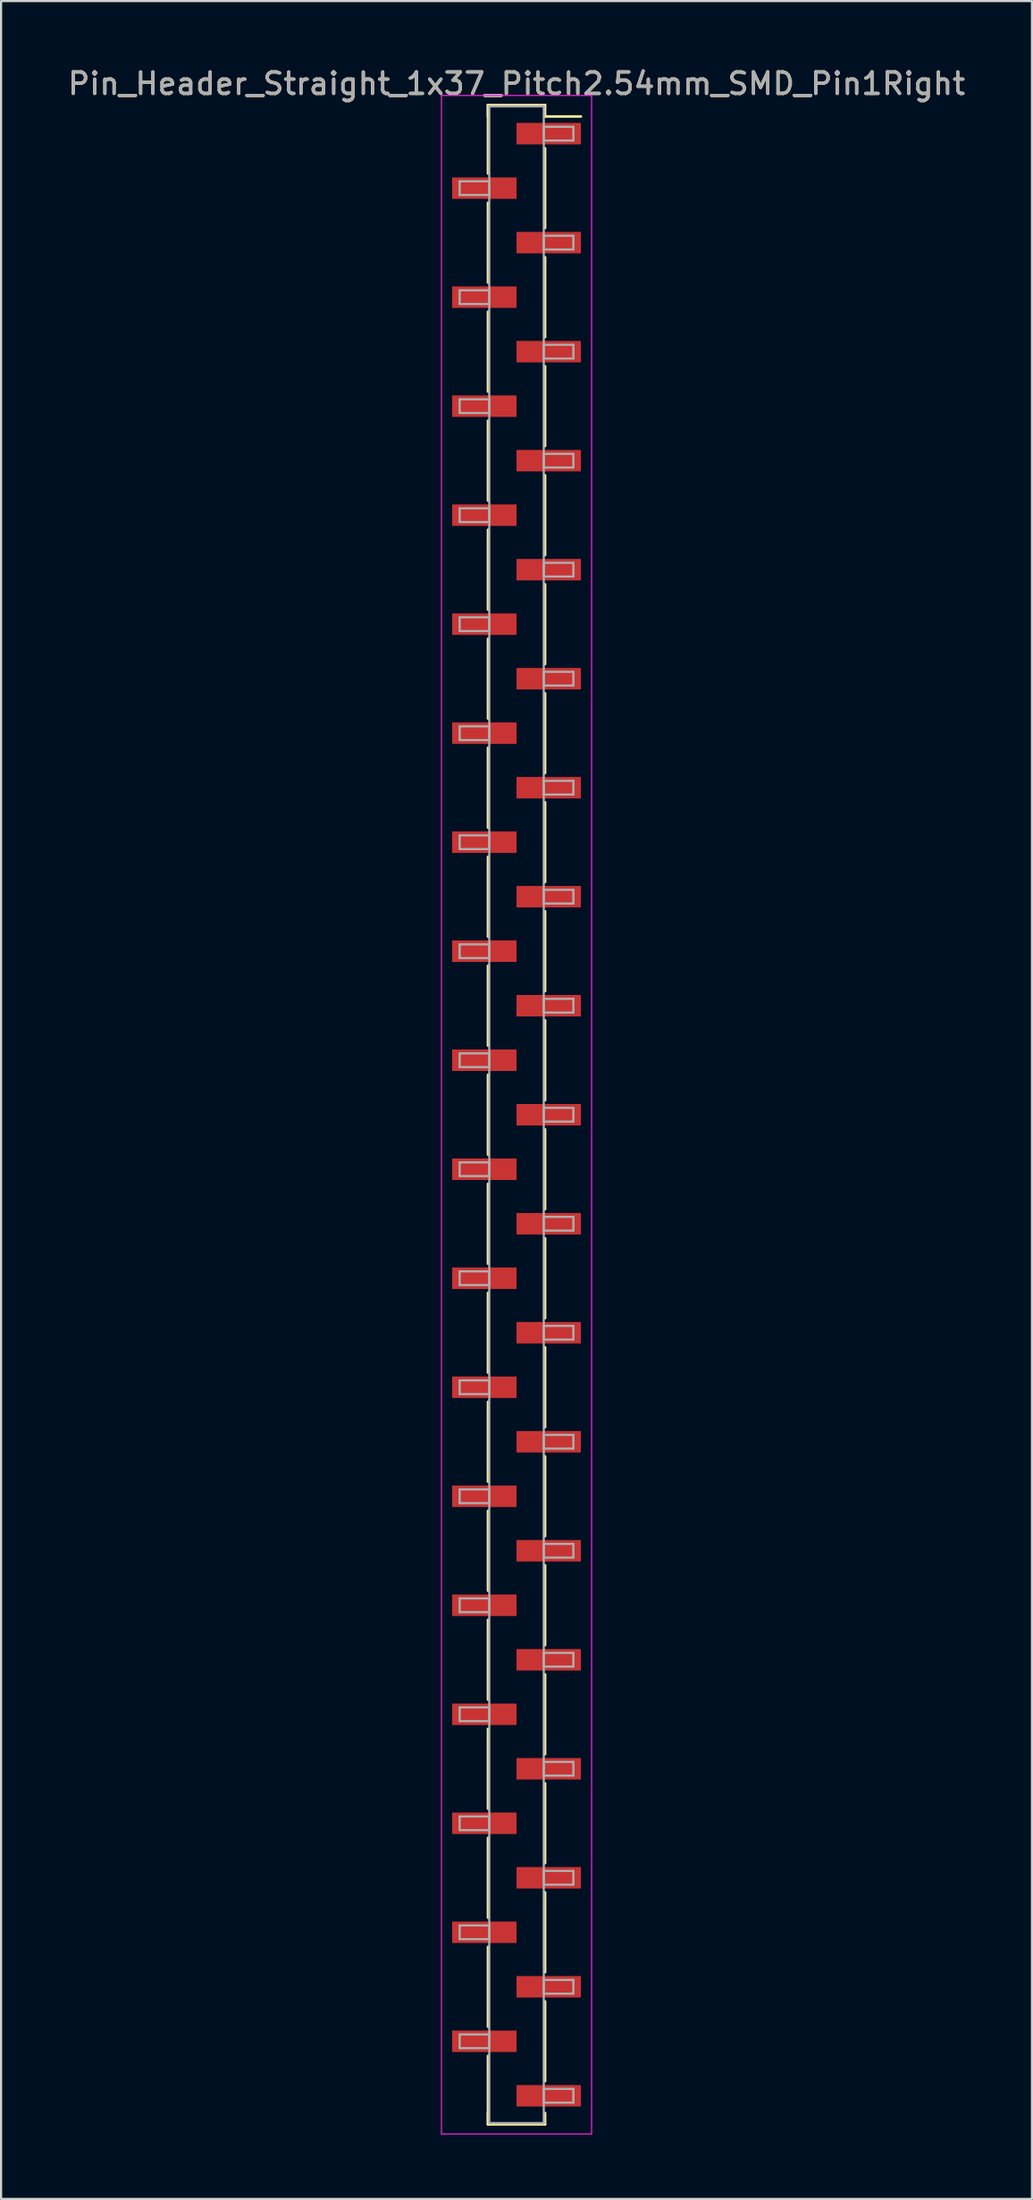
<source format=kicad_pcb>
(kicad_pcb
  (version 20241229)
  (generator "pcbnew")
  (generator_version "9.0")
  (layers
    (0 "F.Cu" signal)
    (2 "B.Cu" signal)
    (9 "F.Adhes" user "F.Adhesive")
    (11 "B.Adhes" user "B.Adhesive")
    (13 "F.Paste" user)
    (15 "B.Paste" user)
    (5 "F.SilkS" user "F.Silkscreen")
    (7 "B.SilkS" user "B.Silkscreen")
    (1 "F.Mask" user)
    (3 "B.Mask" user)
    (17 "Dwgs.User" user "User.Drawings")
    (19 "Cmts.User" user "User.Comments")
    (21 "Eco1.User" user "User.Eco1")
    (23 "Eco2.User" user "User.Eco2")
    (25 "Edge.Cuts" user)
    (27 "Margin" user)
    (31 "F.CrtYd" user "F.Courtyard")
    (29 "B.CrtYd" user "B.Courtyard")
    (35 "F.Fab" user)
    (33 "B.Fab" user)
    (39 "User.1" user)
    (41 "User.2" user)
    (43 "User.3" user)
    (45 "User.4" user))
  (footprint "Pin_Header_Straight_1x37_Pitch2.54mm_SMD_Pin1Right"
    (layer "F.Cu")
    (at 21.03 48.898)
    (property "Reference" "Pin_Header_Straight_1x37_Pitch2.54mm_SMD_Pin1Right" (at 0 -48.05 0) (layer "F.SilkS") (effects (font (size 1 1) (thickness 0.15))))
    (attr smd)
    (fp_line (start -1.33 -47.05) (end -1.33 -43.86) (stroke (width 0.12) (type solid)) (layer "F.SilkS"))
    (fp_line (start -1.33 -47.05) (end 1.33 -47.05) (stroke (width 0.12) (type solid)) (layer "F.SilkS"))
    (fp_line (start -1.33 -46.52) (end -1.33 -47.05) (stroke (width 0.12) (type solid)) (layer "F.SilkS"))
    (fp_line (start -1.33 -42.5) (end -1.33 -38.78) (stroke (width 0.12) (type solid)) (layer "F.SilkS"))
    (fp_line (start -1.33 -37.42) (end -1.33 -33.7) (stroke (width 0.12) (type solid)) (layer "F.SilkS"))
    (fp_line (start -1.33 -32.34) (end -1.33 -28.62) (stroke (width 0.12) (type solid)) (layer "F.SilkS"))
    (fp_line (start -1.33 -27.26) (end -1.33 -23.54) (stroke (width 0.12) (type solid)) (layer "F.SilkS"))
    (fp_line (start -1.33 -22.18) (end -1.33 -18.46) (stroke (width 0.12) (type solid)) (layer "F.SilkS"))
    (fp_line (start -1.33 -17.1) (end -1.33 -13.38) (stroke (width 0.12) (type solid)) (layer "F.SilkS"))
    (fp_line (start -1.33 -12.02) (end -1.33 -8.3) (stroke (width 0.12) (type solid)) (layer "F.SilkS"))
    (fp_line (start -1.33 -6.94) (end -1.33 -3.22) (stroke (width 0.12) (type solid)) (layer "F.SilkS"))
    (fp_line (start -1.33 -1.86) (end -1.33 1.86) (stroke (width 0.12) (type solid)) (layer "F.SilkS"))
    (fp_line (start -1.33 3.22) (end -1.33 6.94) (stroke (width 0.12) (type solid)) (layer "F.SilkS"))
    (fp_line (start -1.33 8.3) (end -1.33 12.02) (stroke (width 0.12) (type solid)) (layer "F.SilkS"))
    (fp_line (start -1.33 13.38) (end -1.33 17.1) (stroke (width 0.12) (type solid)) (layer "F.SilkS"))
    (fp_line (start -1.33 18.46) (end -1.33 22.18) (stroke (width 0.12) (type solid)) (layer "F.SilkS"))
    (fp_line (start -1.33 23.54) (end -1.33 27.26) (stroke (width 0.12) (type solid)) (layer "F.SilkS"))
    (fp_line (start -1.33 28.62) (end -1.33 32.34) (stroke (width 0.12) (type solid)) (layer "F.SilkS"))
    (fp_line (start -1.33 33.7) (end -1.33 37.42) (stroke (width 0.12) (type solid)) (layer "F.SilkS"))
    (fp_line (start -1.33 38.78) (end -1.33 42.5) (stroke (width 0.12) (type solid)) (layer "F.SilkS"))
    (fp_line (start -1.33 43.86) (end -1.33 47.05) (stroke (width 0.12) (type solid)) (layer "F.SilkS"))
    (fp_line (start -1.33 46.52) (end -1.33 47.05) (stroke (width 0.12) (type solid)) (layer "F.SilkS"))
    (fp_line (start -1.33 47.05) (end 1.33 47.05) (stroke (width 0.12) (type solid)) (layer "F.SilkS"))
    (fp_line (start 1.33 -47.05) (end 1.33 -46.52) (stroke (width 0.12) (type solid)) (layer "F.SilkS"))
    (fp_line (start 1.33 -46.52) (end 3 -46.52) (stroke (width 0.12) (type solid)) (layer "F.SilkS"))
    (fp_line (start 1.33 -45.04) (end 1.33 -41.32) (stroke (width 0.12) (type solid)) (layer "F.SilkS"))
    (fp_line (start 1.33 -39.96) (end 1.33 -36.24) (stroke (width 0.12) (type solid)) (layer "F.SilkS"))
    (fp_line (start 1.33 -34.88) (end 1.33 -31.16) (stroke (width 0.12) (type solid)) (layer "F.SilkS"))
    (fp_line (start 1.33 -29.8) (end 1.33 -26.08) (stroke (width 0.12) (type solid)) (layer "F.SilkS"))
    (fp_line (start 1.33 -24.72) (end 1.33 -21) (stroke (width 0.12) (type solid)) (layer "F.SilkS"))
    (fp_line (start 1.33 -19.64) (end 1.33 -15.92) (stroke (width 0.12) (type solid)) (layer "F.SilkS"))
    (fp_line (start 1.33 -14.56) (end 1.33 -10.84) (stroke (width 0.12) (type solid)) (layer "F.SilkS"))
    (fp_line (start 1.33 -9.48) (end 1.33 -5.76) (stroke (width 0.12) (type solid)) (layer "F.SilkS"))
    (fp_line (start 1.33 -4.4) (end 1.33 -0.68) (stroke (width 0.12) (type solid)) (layer "F.SilkS"))
    (fp_line (start 1.33 0.68) (end 1.33 4.4) (stroke (width 0.12) (type solid)) (layer "F.SilkS"))
    (fp_line (start 1.33 5.76) (end 1.33 9.48) (stroke (width 0.12) (type solid)) (layer "F.SilkS"))
    (fp_line (start 1.33 10.84) (end 1.33 14.56) (stroke (width 0.12) (type solid)) (layer "F.SilkS"))
    (fp_line (start 1.33 15.92) (end 1.33 19.64) (stroke (width 0.12) (type solid)) (layer "F.SilkS"))
    (fp_line (start 1.33 21) (end 1.33 24.72) (stroke (width 0.12) (type solid)) (layer "F.SilkS"))
    (fp_line (start 1.33 26.08) (end 1.33 29.8) (stroke (width 0.12) (type solid)) (layer "F.SilkS"))
    (fp_line (start 1.33 31.16) (end 1.33 34.88) (stroke (width 0.12) (type solid)) (layer "F.SilkS"))
    (fp_line (start 1.33 36.24) (end 1.33 39.96) (stroke (width 0.12) (type solid)) (layer "F.SilkS"))
    (fp_line (start 1.33 41.32) (end 1.33 45.04) (stroke (width 0.12) (type solid)) (layer "F.SilkS"))
    (fp_line (start 1.33 47.05) (end 1.33 46.52) (stroke (width 0.12) (type solid)) (layer "F.SilkS"))
    (fp_line (start -3.5 -47.5) (end -3.5 47.5) (stroke (width 0.05) (type solid)) (layer "F.CrtYd"))
    (fp_line (start -3.5 47.5) (end 3.5 47.5) (stroke (width 0.05) (type solid)) (layer "F.CrtYd"))
    (fp_line (start 3.5 -47.5) (end -3.5 -47.5) (stroke (width 0.05) (type solid)) (layer "F.CrtYd"))
    (fp_line (start 3.5 47.5) (end 3.5 -47.5) (stroke (width 0.05) (type solid)) (layer "F.CrtYd"))
    (fp_line (start -2.65 -43.5) (end -1.27 -43.5) (stroke (width 0.1) (type solid)) (layer "F.Fab"))
    (fp_line (start -2.65 -42.86) (end -2.65 -43.5) (stroke (width 0.1) (type solid)) (layer "F.Fab"))
    (fp_line (start -2.65 -38.42) (end -1.27 -38.42) (stroke (width 0.1) (type solid)) (layer "F.Fab"))
    (fp_line (start -2.65 -37.78) (end -2.65 -38.42) (stroke (width 0.1) (type solid)) (layer "F.Fab"))
    (fp_line (start -2.65 -33.34) (end -1.27 -33.34) (stroke (width 0.1) (type solid)) (layer "F.Fab"))
    (fp_line (start -2.65 -32.7) (end -2.65 -33.34) (stroke (width 0.1) (type solid)) (layer "F.Fab"))
    (fp_line (start -2.65 -28.26) (end -1.27 -28.26) (stroke (width 0.1) (type solid)) (layer "F.Fab"))
    (fp_line (start -2.65 -27.62) (end -2.65 -28.26) (stroke (width 0.1) (type solid)) (layer "F.Fab"))
    (fp_line (start -2.65 -23.18) (end -1.27 -23.18) (stroke (width 0.1) (type solid)) (layer "F.Fab"))
    (fp_line (start -2.65 -22.54) (end -2.65 -23.18) (stroke (width 0.1) (type solid)) (layer "F.Fab"))
    (fp_line (start -2.65 -18.1) (end -1.27 -18.1) (stroke (width 0.1) (type solid)) (layer "F.Fab"))
    (fp_line (start -2.65 -17.46) (end -2.65 -18.1) (stroke (width 0.1) (type solid)) (layer "F.Fab"))
    (fp_line (start -2.65 -13.02) (end -1.27 -13.02) (stroke (width 0.1) (type solid)) (layer "F.Fab"))
    (fp_line (start -2.65 -12.38) (end -2.65 -13.02) (stroke (width 0.1) (type solid)) (layer "F.Fab"))
    (fp_line (start -2.65 -7.94) (end -1.27 -7.94) (stroke (width 0.1) (type solid)) (layer "F.Fab"))
    (fp_line (start -2.65 -7.3) (end -2.65 -7.94) (stroke (width 0.1) (type solid)) (layer "F.Fab"))
    (fp_line (start -2.65 -2.86) (end -1.27 -2.86) (stroke (width 0.1) (type solid)) (layer "F.Fab"))
    (fp_line (start -2.65 -2.22) (end -2.65 -2.86) (stroke (width 0.1) (type solid)) (layer "F.Fab"))
    (fp_line (start -2.65 2.22) (end -1.27 2.22) (stroke (width 0.1) (type solid)) (layer "F.Fab"))
    (fp_line (start -2.65 2.86) (end -2.65 2.22) (stroke (width 0.1) (type solid)) (layer "F.Fab"))
    (fp_line (start -2.65 7.3) (end -1.27 7.3) (stroke (width 0.1) (type solid)) (layer "F.Fab"))
    (fp_line (start -2.65 7.94) (end -2.65 7.3) (stroke (width 0.1) (type solid)) (layer "F.Fab"))
    (fp_line (start -2.65 12.38) (end -1.27 12.38) (stroke (width 0.1) (type solid)) (layer "F.Fab"))
    (fp_line (start -2.65 13.02) (end -2.65 12.38) (stroke (width 0.1) (type solid)) (layer "F.Fab"))
    (fp_line (start -2.65 17.46) (end -1.27 17.46) (stroke (width 0.1) (type solid)) (layer "F.Fab"))
    (fp_line (start -2.65 18.1) (end -2.65 17.46) (stroke (width 0.1) (type solid)) (layer "F.Fab"))
    (fp_line (start -2.65 22.54) (end -1.27 22.54) (stroke (width 0.1) (type solid)) (layer "F.Fab"))
    (fp_line (start -2.65 23.18) (end -2.65 22.54) (stroke (width 0.1) (type solid)) (layer "F.Fab"))
    (fp_line (start -2.65 27.62) (end -1.27 27.62) (stroke (width 0.1) (type solid)) (layer "F.Fab"))
    (fp_line (start -2.65 28.26) (end -2.65 27.62) (stroke (width 0.1) (type solid)) (layer "F.Fab"))
    (fp_line (start -2.65 32.7) (end -1.27 32.7) (stroke (width 0.1) (type solid)) (layer "F.Fab"))
    (fp_line (start -2.65 33.34) (end -2.65 32.7) (stroke (width 0.1) (type solid)) (layer "F.Fab"))
    (fp_line (start -2.65 37.78) (end -1.27 37.78) (stroke (width 0.1) (type solid)) (layer "F.Fab"))
    (fp_line (start -2.65 38.42) (end -2.65 37.78) (stroke (width 0.1) (type solid)) (layer "F.Fab"))
    (fp_line (start -2.65 42.86) (end -1.27 42.86) (stroke (width 0.1) (type solid)) (layer "F.Fab"))
    (fp_line (start -2.65 43.5) (end -2.65 42.86) (stroke (width 0.1) (type solid)) (layer "F.Fab"))
    (fp_line (start -1.27 -46.99) (end -1.27 46.99) (stroke (width 0.1) (type solid)) (layer "F.Fab"))
    (fp_line (start -1.27 -43.5) (end -1.27 -42.86) (stroke (width 0.1) (type solid)) (layer "F.Fab"))
    (fp_line (start -1.27 -42.86) (end -2.65 -42.86) (stroke (width 0.1) (type solid)) (layer "F.Fab"))
    (fp_line (start -1.27 -38.42) (end -1.27 -37.78) (stroke (width 0.1) (type solid)) (layer "F.Fab"))
    (fp_line (start -1.27 -37.78) (end -2.65 -37.78) (stroke (width 0.1) (type solid)) (layer "F.Fab"))
    (fp_line (start -1.27 -33.34) (end -1.27 -32.7) (stroke (width 0.1) (type solid)) (layer "F.Fab"))
    (fp_line (start -1.27 -32.7) (end -2.65 -32.7) (stroke (width 0.1) (type solid)) (layer "F.Fab"))
    (fp_line (start -1.27 -28.26) (end -1.27 -27.62) (stroke (width 0.1) (type solid)) (layer "F.Fab"))
    (fp_line (start -1.27 -27.62) (end -2.65 -27.62) (stroke (width 0.1) (type solid)) (layer "F.Fab"))
    (fp_line (start -1.27 -23.18) (end -1.27 -22.54) (stroke (width 0.1) (type solid)) (layer "F.Fab"))
    (fp_line (start -1.27 -22.54) (end -2.65 -22.54) (stroke (width 0.1) (type solid)) (layer "F.Fab"))
    (fp_line (start -1.27 -18.1) (end -1.27 -17.46) (stroke (width 0.1) (type solid)) (layer "F.Fab"))
    (fp_line (start -1.27 -17.46) (end -2.65 -17.46) (stroke (width 0.1) (type solid)) (layer "F.Fab"))
    (fp_line (start -1.27 -13.02) (end -1.27 -12.38) (stroke (width 0.1) (type solid)) (layer "F.Fab"))
    (fp_line (start -1.27 -12.38) (end -2.65 -12.38) (stroke (width 0.1) (type solid)) (layer "F.Fab"))
    (fp_line (start -1.27 -7.94) (end -1.27 -7.3) (stroke (width 0.1) (type solid)) (layer "F.Fab"))
    (fp_line (start -1.27 -7.3) (end -2.65 -7.3) (stroke (width 0.1) (type solid)) (layer "F.Fab"))
    (fp_line (start -1.27 -2.86) (end -1.27 -2.22) (stroke (width 0.1) (type solid)) (layer "F.Fab"))
    (fp_line (start -1.27 -2.22) (end -2.65 -2.22) (stroke (width 0.1) (type solid)) (layer "F.Fab"))
    (fp_line (start -1.27 2.22) (end -1.27 2.86) (stroke (width 0.1) (type solid)) (layer "F.Fab"))
    (fp_line (start -1.27 2.86) (end -2.65 2.86) (stroke (width 0.1) (type solid)) (layer "F.Fab"))
    (fp_line (start -1.27 7.3) (end -1.27 7.94) (stroke (width 0.1) (type solid)) (layer "F.Fab"))
    (fp_line (start -1.27 7.94) (end -2.65 7.94) (stroke (width 0.1) (type solid)) (layer "F.Fab"))
    (fp_line (start -1.27 12.38) (end -1.27 13.02) (stroke (width 0.1) (type solid)) (layer "F.Fab"))
    (fp_line (start -1.27 13.02) (end -2.65 13.02) (stroke (width 0.1) (type solid)) (layer "F.Fab"))
    (fp_line (start -1.27 17.46) (end -1.27 18.1) (stroke (width 0.1) (type solid)) (layer "F.Fab"))
    (fp_line (start -1.27 18.1) (end -2.65 18.1) (stroke (width 0.1) (type solid)) (layer "F.Fab"))
    (fp_line (start -1.27 22.54) (end -1.27 23.18) (stroke (width 0.1) (type solid)) (layer "F.Fab"))
    (fp_line (start -1.27 23.18) (end -2.65 23.18) (stroke (width 0.1) (type solid)) (layer "F.Fab"))
    (fp_line (start -1.27 27.62) (end -1.27 28.26) (stroke (width 0.1) (type solid)) (layer "F.Fab"))
    (fp_line (start -1.27 28.26) (end -2.65 28.26) (stroke (width 0.1) (type solid)) (layer "F.Fab"))
    (fp_line (start -1.27 32.7) (end -1.27 33.34) (stroke (width 0.1) (type solid)) (layer "F.Fab"))
    (fp_line (start -1.27 33.34) (end -2.65 33.34) (stroke (width 0.1) (type solid)) (layer "F.Fab"))
    (fp_line (start -1.27 37.78) (end -1.27 38.42) (stroke (width 0.1) (type solid)) (layer "F.Fab"))
    (fp_line (start -1.27 38.42) (end -2.65 38.42) (stroke (width 0.1) (type solid)) (layer "F.Fab"))
    (fp_line (start -1.27 42.86) (end -1.27 43.5) (stroke (width 0.1) (type solid)) (layer "F.Fab"))
    (fp_line (start -1.27 43.5) (end -2.65 43.5) (stroke (width 0.1) (type solid)) (layer "F.Fab"))
    (fp_line (start -1.27 46.99) (end 1.27 46.99) (stroke (width 0.1) (type solid)) (layer "F.Fab"))
    (fp_line (start 1.27 -46.99) (end -1.27 -46.99) (stroke (width 0.1) (type solid)) (layer "F.Fab"))
    (fp_line (start 1.27 -46.04) (end 1.27 -45.4) (stroke (width 0.1) (type solid)) (layer "F.Fab"))
    (fp_line (start 1.27 -45.4) (end 2.65 -45.4) (stroke (width 0.1) (type solid)) (layer "F.Fab"))
    (fp_line (start 1.27 -40.96) (end 1.27 -40.32) (stroke (width 0.1) (type solid)) (layer "F.Fab"))
    (fp_line (start 1.27 -40.32) (end 2.65 -40.32) (stroke (width 0.1) (type solid)) (layer "F.Fab"))
    (fp_line (start 1.27 -35.88) (end 1.27 -35.24) (stroke (width 0.1) (type solid)) (layer "F.Fab"))
    (fp_line (start 1.27 -35.24) (end 2.65 -35.24) (stroke (width 0.1) (type solid)) (layer "F.Fab"))
    (fp_line (start 1.27 -30.8) (end 1.27 -30.16) (stroke (width 0.1) (type solid)) (layer "F.Fab"))
    (fp_line (start 1.27 -30.16) (end 2.65 -30.16) (stroke (width 0.1) (type solid)) (layer "F.Fab"))
    (fp_line (start 1.27 -25.72) (end 1.27 -25.08) (stroke (width 0.1) (type solid)) (layer "F.Fab"))
    (fp_line (start 1.27 -25.08) (end 2.65 -25.08) (stroke (width 0.1) (type solid)) (layer "F.Fab"))
    (fp_line (start 1.27 -20.64) (end 1.27 -20) (stroke (width 0.1) (type solid)) (layer "F.Fab"))
    (fp_line (start 1.27 -20) (end 2.65 -20) (stroke (width 0.1) (type solid)) (layer "F.Fab"))
    (fp_line (start 1.27 -15.56) (end 1.27 -14.92) (stroke (width 0.1) (type solid)) (layer "F.Fab"))
    (fp_line (start 1.27 -14.92) (end 2.65 -14.92) (stroke (width 0.1) (type solid)) (layer "F.Fab"))
    (fp_line (start 1.27 -10.48) (end 1.27 -9.84) (stroke (width 0.1) (type solid)) (layer "F.Fab"))
    (fp_line (start 1.27 -9.84) (end 2.65 -9.84) (stroke (width 0.1) (type solid)) (layer "F.Fab"))
    (fp_line (start 1.27 -5.4) (end 1.27 -4.76) (stroke (width 0.1) (type solid)) (layer "F.Fab"))
    (fp_line (start 1.27 -4.76) (end 2.65 -4.76) (stroke (width 0.1) (type solid)) (layer "F.Fab"))
    (fp_line (start 1.27 -0.32) (end 1.27 0.32) (stroke (width 0.1) (type solid)) (layer "F.Fab"))
    (fp_line (start 1.27 0.32) (end 2.65 0.32) (stroke (width 0.1) (type solid)) (layer "F.Fab"))
    (fp_line (start 1.27 4.76) (end 1.27 5.4) (stroke (width 0.1) (type solid)) (layer "F.Fab"))
    (fp_line (start 1.27 5.4) (end 2.65 5.4) (stroke (width 0.1) (type solid)) (layer "F.Fab"))
    (fp_line (start 1.27 9.84) (end 1.27 10.48) (stroke (width 0.1) (type solid)) (layer "F.Fab"))
    (fp_line (start 1.27 10.48) (end 2.65 10.48) (stroke (width 0.1) (type solid)) (layer "F.Fab"))
    (fp_line (start 1.27 14.92) (end 1.27 15.56) (stroke (width 0.1) (type solid)) (layer "F.Fab"))
    (fp_line (start 1.27 15.56) (end 2.65 15.56) (stroke (width 0.1) (type solid)) (layer "F.Fab"))
    (fp_line (start 1.27 20) (end 1.27 20.64) (stroke (width 0.1) (type solid)) (layer "F.Fab"))
    (fp_line (start 1.27 20.64) (end 2.65 20.64) (stroke (width 0.1) (type solid)) (layer "F.Fab"))
    (fp_line (start 1.27 25.08) (end 1.27 25.72) (stroke (width 0.1) (type solid)) (layer "F.Fab"))
    (fp_line (start 1.27 25.72) (end 2.65 25.72) (stroke (width 0.1) (type solid)) (layer "F.Fab"))
    (fp_line (start 1.27 30.16) (end 1.27 30.8) (stroke (width 0.1) (type solid)) (layer "F.Fab"))
    (fp_line (start 1.27 30.8) (end 2.65 30.8) (stroke (width 0.1) (type solid)) (layer "F.Fab"))
    (fp_line (start 1.27 35.24) (end 1.27 35.88) (stroke (width 0.1) (type solid)) (layer "F.Fab"))
    (fp_line (start 1.27 35.88) (end 2.65 35.88) (stroke (width 0.1) (type solid)) (layer "F.Fab"))
    (fp_line (start 1.27 40.32) (end 1.27 40.96) (stroke (width 0.1) (type solid)) (layer "F.Fab"))
    (fp_line (start 1.27 40.96) (end 2.65 40.96) (stroke (width 0.1) (type solid)) (layer "F.Fab"))
    (fp_line (start 1.27 45.4) (end 1.27 46.04) (stroke (width 0.1) (type solid)) (layer "F.Fab"))
    (fp_line (start 1.27 46.04) (end 2.65 46.04) (stroke (width 0.1) (type solid)) (layer "F.Fab"))
    (fp_line (start 1.27 46.99) (end 1.27 -46.99) (stroke (width 0.1) (type solid)) (layer "F.Fab"))
    (fp_line (start 2.65 -46.04) (end 1.27 -46.04) (stroke (width 0.1) (type solid)) (layer "F.Fab"))
    (fp_line (start 2.65 -45.4) (end 2.65 -46.04) (stroke (width 0.1) (type solid)) (layer "F.Fab"))
    (fp_line (start 2.65 -40.96) (end 1.27 -40.96) (stroke (width 0.1) (type solid)) (layer "F.Fab"))
    (fp_line (start 2.65 -40.32) (end 2.65 -40.96) (stroke (width 0.1) (type solid)) (layer "F.Fab"))
    (fp_line (start 2.65 -35.88) (end 1.27 -35.88) (stroke (width 0.1) (type solid)) (layer "F.Fab"))
    (fp_line (start 2.65 -35.24) (end 2.65 -35.88) (stroke (width 0.1) (type solid)) (layer "F.Fab"))
    (fp_line (start 2.65 -30.8) (end 1.27 -30.8) (stroke (width 0.1) (type solid)) (layer "F.Fab"))
    (fp_line (start 2.65 -30.16) (end 2.65 -30.8) (stroke (width 0.1) (type solid)) (layer "F.Fab"))
    (fp_line (start 2.65 -25.72) (end 1.27 -25.72) (stroke (width 0.1) (type solid)) (layer "F.Fab"))
    (fp_line (start 2.65 -25.08) (end 2.65 -25.72) (stroke (width 0.1) (type solid)) (layer "F.Fab"))
    (fp_line (start 2.65 -20.64) (end 1.27 -20.64) (stroke (width 0.1) (type solid)) (layer "F.Fab"))
    (fp_line (start 2.65 -20) (end 2.65 -20.64) (stroke (width 0.1) (type solid)) (layer "F.Fab"))
    (fp_line (start 2.65 -15.56) (end 1.27 -15.56) (stroke (width 0.1) (type solid)) (layer "F.Fab"))
    (fp_line (start 2.65 -14.92) (end 2.65 -15.56) (stroke (width 0.1) (type solid)) (layer "F.Fab"))
    (fp_line (start 2.65 -10.48) (end 1.27 -10.48) (stroke (width 0.1) (type solid)) (layer "F.Fab"))
    (fp_line (start 2.65 -9.84) (end 2.65 -10.48) (stroke (width 0.1) (type solid)) (layer "F.Fab"))
    (fp_line (start 2.65 -5.4) (end 1.27 -5.4) (stroke (width 0.1) (type solid)) (layer "F.Fab"))
    (fp_line (start 2.65 -4.76) (end 2.65 -5.4) (stroke (width 0.1) (type solid)) (layer "F.Fab"))
    (fp_line (start 2.65 -0.32) (end 1.27 -0.32) (stroke (width 0.1) (type solid)) (layer "F.Fab"))
    (fp_line (start 2.65 0.32) (end 2.65 -0.32) (stroke (width 0.1) (type solid)) (layer "F.Fab"))
    (fp_line (start 2.65 4.76) (end 1.27 4.76) (stroke (width 0.1) (type solid)) (layer "F.Fab"))
    (fp_line (start 2.65 5.4) (end 2.65 4.76) (stroke (width 0.1) (type solid)) (layer "F.Fab"))
    (fp_line (start 2.65 9.84) (end 1.27 9.84) (stroke (width 0.1) (type solid)) (layer "F.Fab"))
    (fp_line (start 2.65 10.48) (end 2.65 9.84) (stroke (width 0.1) (type solid)) (layer "F.Fab"))
    (fp_line (start 2.65 14.92) (end 1.27 14.92) (stroke (width 0.1) (type solid)) (layer "F.Fab"))
    (fp_line (start 2.65 15.56) (end 2.65 14.92) (stroke (width 0.1) (type solid)) (layer "F.Fab"))
    (fp_line (start 2.65 20) (end 1.27 20) (stroke (width 0.1) (type solid)) (layer "F.Fab"))
    (fp_line (start 2.65 20.64) (end 2.65 20) (stroke (width 0.1) (type solid)) (layer "F.Fab"))
    (fp_line (start 2.65 25.08) (end 1.27 25.08) (stroke (width 0.1) (type solid)) (layer "F.Fab"))
    (fp_line (start 2.65 25.72) (end 2.65 25.08) (stroke (width 0.1) (type solid)) (layer "F.Fab"))
    (fp_line (start 2.65 30.16) (end 1.27 30.16) (stroke (width 0.1) (type solid)) (layer "F.Fab"))
    (fp_line (start 2.65 30.8) (end 2.65 30.16) (stroke (width 0.1) (type solid)) (layer "F.Fab"))
    (fp_line (start 2.65 35.24) (end 1.27 35.24) (stroke (width 0.1) (type solid)) (layer "F.Fab"))
    (fp_line (start 2.65 35.88) (end 2.65 35.24) (stroke (width 0.1) (type solid)) (layer "F.Fab"))
    (fp_line (start 2.65 40.32) (end 1.27 40.32) (stroke (width 0.1) (type solid)) (layer "F.Fab"))
    (fp_line (start 2.65 40.96) (end 2.65 40.32) (stroke (width 0.1) (type solid)) (layer "F.Fab"))
    (fp_line (start 2.65 45.4) (end 1.27 45.4) (stroke (width 0.1) (type solid)) (layer "F.Fab"))
    (fp_line (start 2.65 46.04) (end 2.65 45.4) (stroke (width 0.1) (type solid)) (layer "F.Fab"))
    (fp_text user "${REFERENCE}" (at 0 -48.05 0) (layer "F.Fab") (effects (font (size 1 1) (thickness 0.15))))
    (pad "1" smd rect (at 1.5 -45.72) (size 3 1) (layers "F.Cu" "F.Mask" "F.Paste"))
    (pad "2" smd rect (at -1.5 -43.18) (size 3 1) (layers "F.Cu" "F.Mask" "F.Paste"))
    (pad "3" smd rect (at 1.5 -40.64) (size 3 1) (layers "F.Cu" "F.Mask" "F.Paste"))
    (pad "4" smd rect (at -1.5 -38.1) (size 3 1) (layers "F.Cu" "F.Mask" "F.Paste"))
    (pad "5" smd rect (at 1.5 -35.56) (size 3 1) (layers "F.Cu" "F.Mask" "F.Paste"))
    (pad "6" smd rect (at -1.5 -33.02) (size 3 1) (layers "F.Cu" "F.Mask" "F.Paste"))
    (pad "7" smd rect (at 1.5 -30.48) (size 3 1) (layers "F.Cu" "F.Mask" "F.Paste"))
    (pad "8" smd rect (at -1.5 -27.94) (size 3 1) (layers "F.Cu" "F.Mask" "F.Paste"))
    (pad "9" smd rect (at 1.5 -25.4) (size 3 1) (layers "F.Cu" "F.Mask" "F.Paste"))
    (pad "10" smd rect (at -1.5 -22.86) (size 3 1) (layers "F.Cu" "F.Mask" "F.Paste"))
    (pad "11" smd rect (at 1.5 -20.32) (size 3 1) (layers "F.Cu" "F.Mask" "F.Paste"))
    (pad "12" smd rect (at -1.5 -17.78) (size 3 1) (layers "F.Cu" "F.Mask" "F.Paste"))
    (pad "13" smd rect (at 1.5 -15.24) (size 3 1) (layers "F.Cu" "F.Mask" "F.Paste"))
    (pad "14" smd rect (at -1.5 -12.7) (size 3 1) (layers "F.Cu" "F.Mask" "F.Paste"))
    (pad "15" smd rect (at 1.5 -10.16) (size 3 1) (layers "F.Cu" "F.Mask" "F.Paste"))
    (pad "16" smd rect (at -1.5 -7.62) (size 3 1) (layers "F.Cu" "F.Mask" "F.Paste"))
    (pad "17" smd rect (at 1.5 -5.08) (size 3 1) (layers "F.Cu" "F.Mask" "F.Paste"))
    (pad "18" smd rect (at -1.5 -2.54) (size 3 1) (layers "F.Cu" "F.Mask" "F.Paste"))
    (pad "19" smd rect (at 1.5 0) (size 3 1) (layers "F.Cu" "F.Mask" "F.Paste"))
    (pad "20" smd rect (at -1.5 2.54) (size 3 1) (layers "F.Cu" "F.Mask" "F.Paste"))
    (pad "21" smd rect (at 1.5 5.08) (size 3 1) (layers "F.Cu" "F.Mask" "F.Paste"))
    (pad "22" smd rect (at -1.5 7.62) (size 3 1) (layers "F.Cu" "F.Mask" "F.Paste"))
    (pad "23" smd rect (at 1.5 10.16) (size 3 1) (layers "F.Cu" "F.Mask" "F.Paste"))
    (pad "24" smd rect (at -1.5 12.7) (size 3 1) (layers "F.Cu" "F.Mask" "F.Paste"))
    (pad "25" smd rect (at 1.5 15.24) (size 3 1) (layers "F.Cu" "F.Mask" "F.Paste"))
    (pad "26" smd rect (at -1.5 17.78) (size 3 1) (layers "F.Cu" "F.Mask" "F.Paste"))
    (pad "27" smd rect (at 1.5 20.32) (size 3 1) (layers "F.Cu" "F.Mask" "F.Paste"))
    (pad "28" smd rect (at -1.5 22.86) (size 3 1) (layers "F.Cu" "F.Mask" "F.Paste"))
    (pad "29" smd rect (at 1.5 25.4) (size 3 1) (layers "F.Cu" "F.Mask" "F.Paste"))
    (pad "30" smd rect (at -1.5 27.94) (size 3 1) (layers "F.Cu" "F.Mask" "F.Paste"))
    (pad "31" smd rect (at 1.5 30.48) (size 3 1) (layers "F.Cu" "F.Mask" "F.Paste"))
    (pad "32" smd rect (at -1.5 33.02) (size 3 1) (layers "F.Cu" "F.Mask" "F.Paste"))
    (pad "33" smd rect (at 1.5 35.56) (size 3 1) (layers "F.Cu" "F.Mask" "F.Paste"))
    (pad "34" smd rect (at -1.5 38.1) (size 3 1) (layers "F.Cu" "F.Mask" "F.Paste"))
    (pad "35" smd rect (at 1.5 40.64) (size 3 1) (layers "F.Cu" "F.Mask" "F.Paste"))
    (pad "36" smd rect (at -1.5 43.18) (size 3 1) (layers "F.Cu" "F.Mask" "F.Paste"))
    (pad "37" smd rect (at 1.5 45.72) (size 3 1) (layers "F.Cu" "F.Mask" "F.Paste")))
  (gr_rect
    (start -3 -3)
    (end 45.06 99.423)
    (stroke (width 0.1) (type default))
    (fill no)
    (layer "Edge.Cuts")))
</source>
